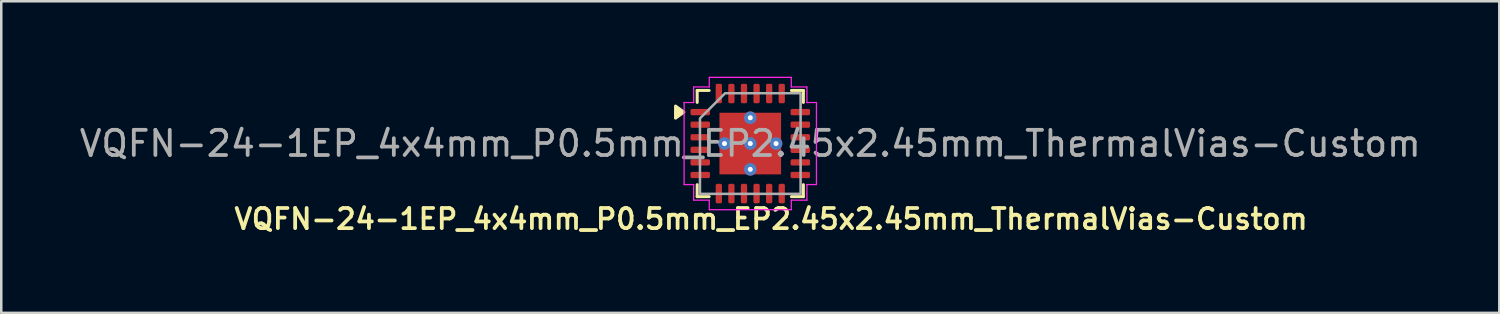
<source format=kicad_pcb>
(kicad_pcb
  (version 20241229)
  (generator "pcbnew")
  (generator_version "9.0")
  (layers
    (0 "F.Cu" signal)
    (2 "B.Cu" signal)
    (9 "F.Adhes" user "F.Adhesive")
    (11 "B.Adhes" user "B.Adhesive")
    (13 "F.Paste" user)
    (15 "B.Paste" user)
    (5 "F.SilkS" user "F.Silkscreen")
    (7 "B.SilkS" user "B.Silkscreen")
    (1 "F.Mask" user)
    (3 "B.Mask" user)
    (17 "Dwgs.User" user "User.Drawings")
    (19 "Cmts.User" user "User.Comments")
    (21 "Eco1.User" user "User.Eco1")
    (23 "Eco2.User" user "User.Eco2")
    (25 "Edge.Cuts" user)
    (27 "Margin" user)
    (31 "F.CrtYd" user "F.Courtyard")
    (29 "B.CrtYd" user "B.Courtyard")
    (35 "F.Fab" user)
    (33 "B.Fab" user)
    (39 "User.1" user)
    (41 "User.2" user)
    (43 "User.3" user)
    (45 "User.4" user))
  (footprint "VQFN-24-1EP_4x4mm_P0.5mm_EP2.45x2.45mm_ThermalVias-Custom"
    (layer "F.Cu")
    (at 26.768 2.655)
    (property "Reference" "VQFN-24-1EP_4x4mm_P0.5mm_EP2.45x2.45mm_ThermalVias-Custom" (at 0.826 2.999 0) (layer "F.SilkS") (effects (font (size 0.8 0.8) (thickness 0.15))))
    (attr smd)
    (fp_line (start -2.11 -2.11) (end -1.635 -2.11) (stroke (width 0.12) (type solid)) (layer "F.SilkS"))
    (fp_line (start -2.11 -1.635) (end -2.11 -2.11) (stroke (width 0.12) (type solid)) (layer "F.SilkS"))
    (fp_line (start -2.11 2.11) (end -2.11 1.635) (stroke (width 0.12) (type solid)) (layer "F.SilkS"))
    (fp_line (start -1.635 2.11) (end -2.11 2.11) (stroke (width 0.12) (type solid)) (layer "F.SilkS"))
    (fp_line (start 1.635 -2.11) (end 2.11 -2.11) (stroke (width 0.12) (type solid)) (layer "F.SilkS"))
    (fp_line (start 2.11 -2.11) (end 2.11 -1.635) (stroke (width 0.12) (type solid)) (layer "F.SilkS"))
    (fp_line (start 2.11 1.635) (end 2.11 2.11) (stroke (width 0.12) (type solid)) (layer "F.SilkS"))
    (fp_line (start 2.11 2.11) (end 1.635 2.11) (stroke (width 0.12) (type solid)) (layer "F.SilkS"))
    (fp_poly (pts (xy -2.64 -1.25) (xy -2.97 -1.01) (xy -2.97 -1.49)) (stroke (width 0.12) (type solid)) (fill yes) (layer "F.SilkS"))
    (fp_line (start -2.63 -1.63) (end -2.25 -1.63) (stroke (width 0.05) (type solid)) (layer "F.CrtYd"))
    (fp_line (start -2.63 1.63) (end -2.63 -1.63) (stroke (width 0.05) (type solid)) (layer "F.CrtYd"))
    (fp_line (start -2.25 -2.25) (end -1.63 -2.25) (stroke (width 0.05) (type solid)) (layer "F.CrtYd"))
    (fp_line (start -2.25 -1.63) (end -2.25 -2.25) (stroke (width 0.05) (type solid)) (layer "F.CrtYd"))
    (fp_line (start -2.25 1.63) (end -2.63 1.63) (stroke (width 0.05) (type solid)) (layer "F.CrtYd"))
    (fp_line (start -2.25 2.25) (end -2.25 1.63) (stroke (width 0.05) (type solid)) (layer "F.CrtYd"))
    (fp_line (start -1.63 -2.63) (end 1.63 -2.63) (stroke (width 0.05) (type solid)) (layer "F.CrtYd"))
    (fp_line (start -1.63 -2.25) (end -1.63 -2.63) (stroke (width 0.05) (type solid)) (layer "F.CrtYd"))
    (fp_line (start -1.63 2.25) (end -2.25 2.25) (stroke (width 0.05) (type solid)) (layer "F.CrtYd"))
    (fp_line (start -1.63 2.63) (end -1.63 2.25) (stroke (width 0.05) (type solid)) (layer "F.CrtYd"))
    (fp_line (start 1.63 -2.63) (end 1.63 -2.25) (stroke (width 0.05) (type solid)) (layer "F.CrtYd"))
    (fp_line (start 1.63 -2.25) (end 2.25 -2.25) (stroke (width 0.05) (type solid)) (layer "F.CrtYd"))
    (fp_line (start 1.63 2.25) (end 1.63 2.63) (stroke (width 0.05) (type solid)) (layer "F.CrtYd"))
    (fp_line (start 1.63 2.63) (end -1.63 2.63) (stroke (width 0.05) (type solid)) (layer "F.CrtYd"))
    (fp_line (start 2.25 -2.25) (end 2.25 -1.63) (stroke (width 0.05) (type solid)) (layer "F.CrtYd"))
    (fp_line (start 2.25 -1.63) (end 2.63 -1.63) (stroke (width 0.05) (type solid)) (layer "F.CrtYd"))
    (fp_line (start 2.25 1.63) (end 2.25 2.25) (stroke (width 0.05) (type solid)) (layer "F.CrtYd"))
    (fp_line (start 2.25 2.25) (end 1.63 2.25) (stroke (width 0.05) (type solid)) (layer "F.CrtYd"))
    (fp_line (start 2.63 -1.63) (end 2.63 1.63) (stroke (width 0.05) (type solid)) (layer "F.CrtYd"))
    (fp_line (start 2.63 1.63) (end 2.25 1.63) (stroke (width 0.05) (type solid)) (layer "F.CrtYd"))
    (fp_poly (pts (xy -2 -1) (xy -2 2) (xy 2 2) (xy 2 -2) (xy -1 -2)) (stroke (width 0.1) (type solid)) (fill no) (layer "F.Fab"))
    (fp_text user "${REFERENCE}" (at 0 0 0) (layer "F.Fab") (effects (font (size 1 1) (thickness 0.15))))
    (pad "" smd roundrect (at -0.66 -0.66) (size 1.08 1.08) (layers "F.Paste") (roundrect_rratio 0.25))
    (pad "" smd roundrect (at -0.66 0.66) (size 1.08 1.08) (layers "F.Paste") (roundrect_rratio 0.25))
    (pad "" smd roundrect (at 0.66 -0.66) (size 1.08 1.08) (layers "F.Paste") (roundrect_rratio 0.25))
    (pad "" smd roundrect (at 0.66 0.66) (size 1.08 1.08) (layers "F.Paste") (roundrect_rratio 0.25))
    (pad "1" smd roundrect (at -1.988 -1.25) (size 0.775 0.25) (layers "F.Cu" "F.Mask" "F.Paste") (roundrect_rratio 0.25))
    (pad "2" smd roundrect (at -1.988 -0.75) (size 0.775 0.25) (layers "F.Cu" "F.Mask" "F.Paste") (roundrect_rratio 0.25))
    (pad "3" smd roundrect (at -1.988 -0.25) (size 0.775 0.25) (layers "F.Cu" "F.Mask" "F.Paste") (roundrect_rratio 0.25))
    (pad "4" smd roundrect (at -1.988 0.25) (size 0.775 0.25) (layers "F.Cu" "F.Mask" "F.Paste") (roundrect_rratio 0.25))
    (pad "5" smd roundrect (at -1.988 0.75) (size 0.775 0.25) (layers "F.Cu" "F.Mask" "F.Paste") (roundrect_rratio 0.25))
    (pad "6" smd roundrect (at -1.988 1.25) (size 0.775 0.25) (layers "F.Cu" "F.Mask" "F.Paste") (roundrect_rratio 0.25))
    (pad "7" smd roundrect (at -1.25 1.988) (size 0.25 0.775) (layers "F.Cu" "F.Mask" "F.Paste") (roundrect_rratio 0.25))
    (pad "8" smd roundrect (at -0.75 1.988) (size 0.25 0.775) (layers "F.Cu" "F.Mask" "F.Paste") (roundrect_rratio 0.25))
    (pad "9" smd roundrect (at -0.25 1.988) (size 0.25 0.775) (layers "F.Cu" "F.Mask" "F.Paste") (roundrect_rratio 0.25))
    (pad "10" smd roundrect (at 0.25 1.988) (size 0.25 0.775) (layers "F.Cu" "F.Mask" "F.Paste") (roundrect_rratio 0.25))
    (pad "11" smd roundrect (at 0.75 1.988) (size 0.25 0.775) (layers "F.Cu" "F.Mask" "F.Paste") (roundrect_rratio 0.25))
    (pad "12" smd roundrect (at 1.25 1.988) (size 0.25 0.775) (layers "F.Cu" "F.Mask" "F.Paste") (roundrect_rratio 0.25))
    (pad "13" smd roundrect (at 1.988 1.25) (size 0.775 0.25) (layers "F.Cu" "F.Mask" "F.Paste") (roundrect_rratio 0.25))
    (pad "14" smd roundrect (at 1.988 0.75) (size 0.775 0.25) (layers "F.Cu" "F.Mask" "F.Paste") (roundrect_rratio 0.25))
    (pad "15" smd roundrect (at 1.988 0.25) (size 0.775 0.25) (layers "F.Cu" "F.Mask" "F.Paste") (roundrect_rratio 0.25))
    (pad "16" smd roundrect (at 1.988 -0.25) (size 0.775 0.25) (layers "F.Cu" "F.Mask" "F.Paste") (roundrect_rratio 0.25))
    (pad "17" smd roundrect (at 1.988 -0.75) (size 0.775 0.25) (layers "F.Cu" "F.Mask" "F.Paste") (roundrect_rratio 0.25))
    (pad "18" smd roundrect (at 1.988 -1.25) (size 0.775 0.25) (layers "F.Cu" "F.Mask" "F.Paste") (roundrect_rratio 0.25))
    (pad "19" smd roundrect (at 1.25 -1.988) (size 0.25 0.775) (layers "F.Cu" "F.Mask" "F.Paste") (roundrect_rratio 0.25))
    (pad "20" smd roundrect (at 0.75 -1.988) (size 0.25 0.775) (layers "F.Cu" "F.Mask" "F.Paste") (roundrect_rratio 0.25))
    (pad "21" smd roundrect (at 0.25 -1.988) (size 0.25 0.775) (layers "F.Cu" "F.Mask" "F.Paste") (roundrect_rratio 0.25))
    (pad "22" smd roundrect (at -0.25 -1.988) (size 0.25 0.775) (layers "F.Cu" "F.Mask" "F.Paste") (roundrect_rratio 0.25))
    (pad "23" smd roundrect (at -0.75 -1.988) (size 0.25 0.775) (layers "F.Cu" "F.Mask" "F.Paste") (roundrect_rratio 0.25))
    (pad "24" smd roundrect (at -1.25 -1.988) (size 0.25 0.775) (layers "F.Cu" "F.Mask" "F.Paste") (roundrect_rratio 0.25))
    (pad "25" thru_hole circle (at -1.025 0) (size 0.5 0.5) (drill 0.2) (property pad_prop_heatsink) (layers "*.Cu"))
    (pad "25" thru_hole circle (at 0 -1.025) (size 0.5 0.5) (drill 0.2) (property pad_prop_heatsink) (layers "*.Cu"))
    (pad "25" thru_hole circle (at 0 0) (size 0.5 0.5) (drill 0.2) (property pad_prop_heatsink) (layers "*.Cu"))
    (pad "25" smd rect (at 0 0) (size 2.45 2.45) (property pad_prop_heatsink) (layers "F.Cu" "F.Mask"))
    (pad "25" thru_hole circle (at 0 1.025) (size 0.5 0.5) (drill 0.2) (property pad_prop_heatsink) (layers "*.Cu"))
    (pad "25" thru_hole circle (at 1.025 0) (size 0.5 0.5) (drill 0.2) (property pad_prop_heatsink) (layers "*.Cu")))
  (gr_rect
    (start -3 -3)
    (end 56.536 9.385)
    (stroke (width 0.1) (type default))
    (fill no)
    (layer "Edge.Cuts")))
</source>
